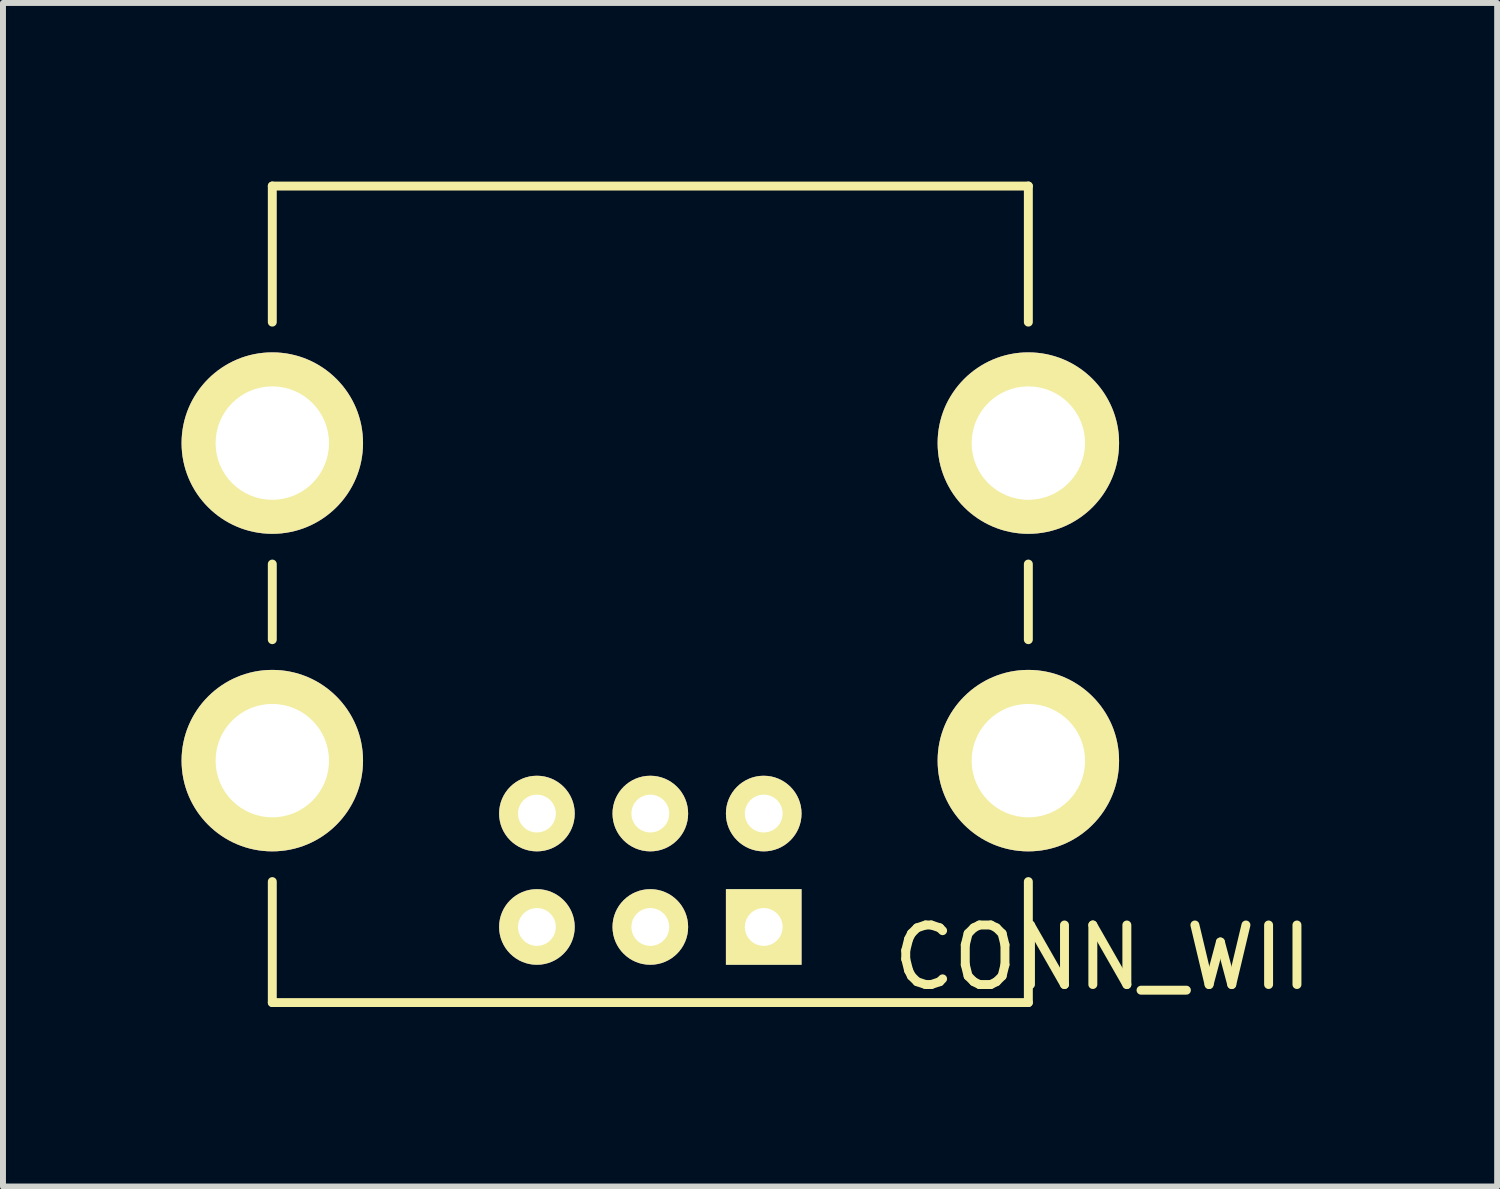
<source format=kicad_pcb>
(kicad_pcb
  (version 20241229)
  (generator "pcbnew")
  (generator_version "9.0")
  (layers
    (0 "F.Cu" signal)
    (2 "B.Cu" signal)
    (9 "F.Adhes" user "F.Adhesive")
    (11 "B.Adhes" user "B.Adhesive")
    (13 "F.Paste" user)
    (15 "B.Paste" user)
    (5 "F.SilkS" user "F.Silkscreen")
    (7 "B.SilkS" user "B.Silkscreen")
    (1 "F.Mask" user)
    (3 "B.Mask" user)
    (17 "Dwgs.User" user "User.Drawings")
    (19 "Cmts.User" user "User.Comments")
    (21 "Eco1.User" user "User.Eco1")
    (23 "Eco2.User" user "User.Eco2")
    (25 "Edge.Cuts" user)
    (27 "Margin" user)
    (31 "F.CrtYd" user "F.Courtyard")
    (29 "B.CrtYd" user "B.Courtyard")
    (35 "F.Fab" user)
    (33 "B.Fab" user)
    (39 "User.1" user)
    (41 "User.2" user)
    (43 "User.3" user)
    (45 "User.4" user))
  (footprint "CONN_WII"
    (layer "F.Cu")
    (at 7.874 6.933)
    (property "Reference" "CONN_WII" (at 7.6 6.1 0) (layer "F.SilkS") (effects (font (size 1 1) (thickness 0.15))))
    (attr through_hole)
    (fp_line (start -6.35 -6.858) (end 6.35 -6.858) (stroke (width 0.15) (type solid)) (layer "F.SilkS"))
    (fp_line (start -6.35 -4.572) (end -6.35 -6.858) (stroke (width 0.15) (type solid)) (layer "F.SilkS"))
    (fp_line (start -6.35 0.762) (end -6.35 -0.508) (stroke (width 0.15) (type solid)) (layer "F.SilkS"))
    (fp_line (start -6.35 6.858) (end -6.35 4.826) (stroke (width 0.15) (type solid)) (layer "F.SilkS"))
    (fp_line (start 6.35 -6.858) (end 6.35 -4.572) (stroke (width 0.15) (type solid)) (layer "F.SilkS"))
    (fp_line (start 6.35 0.762) (end 6.35 -0.508) (stroke (width 0.15) (type solid)) (layer "F.SilkS"))
    (fp_line (start 6.35 6.858) (end -6.35 6.858) (stroke (width 0.15) (type solid)) (layer "F.SilkS"))
    (fp_line (start 6.35 6.858) (end 6.35 4.826) (stroke (width 0.15) (type solid)) (layer "F.SilkS"))
    (pad "" thru_hole circle (at -6.35 -2.54) (size 3.048 3.048) (drill 1.905) (layers "*.Cu" "*.Mask" "F.SilkS"))
    (pad "" thru_hole circle (at -6.35 2.794) (size 3.048 3.048) (drill 1.905) (layers "*.Cu" "*.Mask" "F.SilkS"))
    (pad "" thru_hole circle (at 6.35 -2.54) (size 3.048 3.048) (drill 1.905) (layers "*.Cu" "*.Mask" "F.SilkS"))
    (pad "" thru_hole circle (at 6.35 2.794) (size 3.048 3.048) (drill 1.905) (layers "*.Cu" "*.Mask" "F.SilkS"))
    (pad "1" thru_hole rect (at 1.905 5.588) (size 1.27 1.27) (drill 0.635) (layers "*.Cu" "*.Mask" "F.SilkS"))
    (pad "2" thru_hole circle (at 1.905 3.683) (size 1.27 1.27) (drill 0.635) (layers "*.Cu" "*.Mask" "F.SilkS"))
    (pad "3" thru_hole circle (at 0 5.588) (size 1.27 1.27) (drill 0.635) (layers "*.Cu" "*.Mask" "F.SilkS"))
    (pad "4" thru_hole circle (at 0 3.683) (size 1.27 1.27) (drill 0.635) (layers "*.Cu" "*.Mask" "F.SilkS"))
    (pad "5" thru_hole circle (at -1.905 5.588) (size 1.27 1.27) (drill 0.635) (layers "*.Cu" "*.Mask" "F.SilkS"))
    (pad "6" thru_hole circle (at -1.905 3.683) (size 1.27 1.27) (drill 0.635) (layers "*.Cu" "*.Mask" "F.SilkS")))
  (gr_rect
    (start -3 -3)
    (end 22.099 16.881)
    (stroke (width 0.1) (type default))
    (fill no)
    (layer "Edge.Cuts")))
</source>
